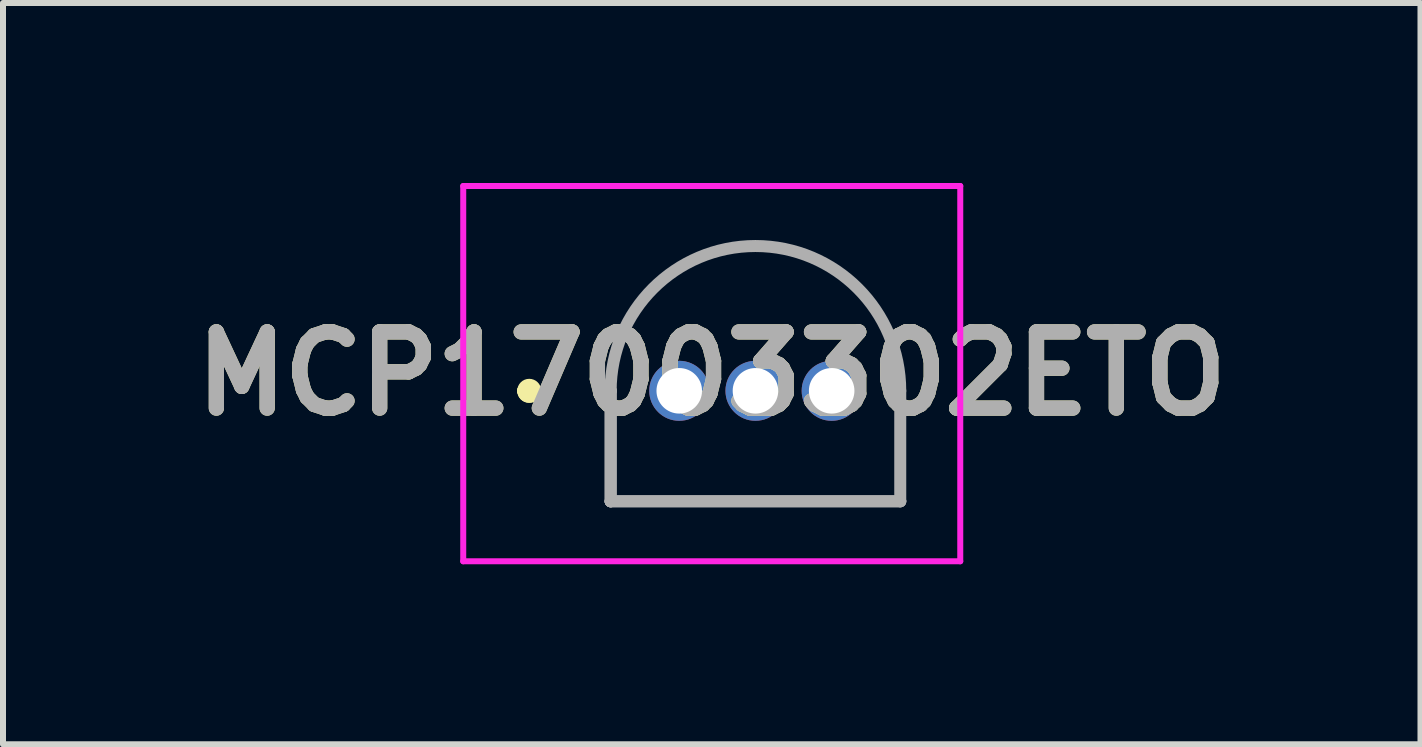
<source format=kicad_pcb>
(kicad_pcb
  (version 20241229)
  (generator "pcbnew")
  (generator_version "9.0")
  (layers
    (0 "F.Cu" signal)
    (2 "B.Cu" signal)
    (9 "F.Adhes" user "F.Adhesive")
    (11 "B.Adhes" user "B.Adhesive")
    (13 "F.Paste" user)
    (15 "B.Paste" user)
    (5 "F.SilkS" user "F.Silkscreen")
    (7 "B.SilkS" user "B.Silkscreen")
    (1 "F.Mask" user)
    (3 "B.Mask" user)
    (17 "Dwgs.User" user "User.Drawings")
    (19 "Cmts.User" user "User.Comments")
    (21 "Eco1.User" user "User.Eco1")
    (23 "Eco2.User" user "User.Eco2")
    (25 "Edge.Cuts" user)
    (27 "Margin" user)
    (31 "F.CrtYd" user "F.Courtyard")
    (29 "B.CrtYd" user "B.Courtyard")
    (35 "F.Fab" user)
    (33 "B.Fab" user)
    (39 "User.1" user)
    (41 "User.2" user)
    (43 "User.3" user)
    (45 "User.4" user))
  (footprint "MCP17003302ETO"
    (layer "F.Cu")
    (at 8.27 3.463)
    (property "Reference" "MCP17003302ETO" (at 0.541 -0.286 0) (layer "F.SilkS") (effects (font (size 1.27 1.27) (thickness 0.254))))
    (attr through_hole)
    (fp_line (start -2.6 0) (end -2.6 0) (stroke (width 0.2) (type solid)) (layer "F.SilkS"))
    (fp_line (start -2.6 0) (end -2.6 0) (stroke (width 0.2) (type solid)) (layer "F.SilkS"))
    (fp_line (start -2.4 0) (end -2.4 0) (stroke (width 0.2) (type solid)) (layer "F.SilkS"))
    (fp_line (start -1.143 0) (end -1.143 0) (stroke (width 0.1) (type solid)) (layer "F.SilkS"))
    (fp_line (start -1.143 0) (end -1.143 0) (stroke (width 0.1) (type solid)) (layer "F.SilkS"))
    (fp_line (start -1.143 0) (end -1.143 1.841) (stroke (width 0.1) (type solid)) (layer "F.SilkS"))
    (fp_line (start -1.143 1.841) (end -1.143 0) (stroke (width 0.1) (type solid)) (layer "F.SilkS"))
    (fp_line (start -1.143 1.841) (end -1.143 1.841) (stroke (width 0.1) (type solid)) (layer "F.SilkS"))
    (fp_line (start -1.143 1.841) (end -1.143 1.841) (stroke (width 0.1) (type solid)) (layer "F.SilkS"))
    (fp_line (start -1.143 1.841) (end 3.683 1.841) (stroke (width 0.1) (type solid)) (layer "F.SilkS"))
    (fp_line (start 3.683 0) (end 3.683 1.841) (stroke (width 0.1) (type solid)) (layer "F.SilkS"))
    (fp_line (start 3.683 1.841) (end -1.143 1.841) (stroke (width 0.1) (type solid)) (layer "F.SilkS"))
    (fp_line (start 3.683 1.841) (end 3.683 1.841) (stroke (width 0.1) (type solid)) (layer "F.SilkS"))
    (fp_arc (start -2.6 0) (mid -2.5 -0.1) (end -2.4 0) (stroke (width 0.2) (type solid)) (layer "F.SilkS"))
    (fp_arc (start -2.4 0) (mid -2.5 0.1) (end -2.6 0) (stroke (width 0.2) (type solid)) (layer "F.SilkS"))
    (fp_arc (start -2.4 0) (mid -2.5 0.1) (end -2.6 0) (stroke (width 0.2) (type solid)) (layer "F.SilkS"))
    (fp_arc (start -1.143 0) (mid 1.27 -2.413) (end 3.683 0) (stroke (width 0.1) (type solid)) (layer "F.SilkS"))
    (fp_line (start -3.6 -3.413) (end 4.683 -3.413) (stroke (width 0.1) (type solid)) (layer "F.CrtYd"))
    (fp_line (start -3.6 2.841) (end -3.6 -3.413) (stroke (width 0.1) (type solid)) (layer "F.CrtYd"))
    (fp_line (start 4.683 -3.413) (end 4.683 2.841) (stroke (width 0.1) (type solid)) (layer "F.CrtYd"))
    (fp_line (start 4.683 2.841) (end -3.6 2.841) (stroke (width 0.1) (type solid)) (layer "F.CrtYd"))
    (fp_line (start -1.143 0) (end -1.143 0) (stroke (width 0.2) (type solid)) (layer "F.Fab"))
    (fp_line (start -1.143 0) (end -1.143 0) (stroke (width 0.2) (type solid)) (layer "F.Fab"))
    (fp_line (start -1.143 0) (end -1.143 1.841) (stroke (width 0.2) (type solid)) (layer "F.Fab"))
    (fp_line (start -1.143 1.841) (end -1.143 0) (stroke (width 0.2) (type solid)) (layer "F.Fab"))
    (fp_line (start -1.143 1.841) (end -1.143 1.841) (stroke (width 0.2) (type solid)) (layer "F.Fab"))
    (fp_line (start -1.143 1.841) (end -1.143 1.841) (stroke (width 0.2) (type solid)) (layer "F.Fab"))
    (fp_line (start -1.143 1.841) (end 3.683 1.841) (stroke (width 0.2) (type solid)) (layer "F.Fab"))
    (fp_line (start 3.683 0) (end 3.683 1.841) (stroke (width 0.2) (type solid)) (layer "F.Fab"))
    (fp_line (start 3.683 1.841) (end -1.143 1.841) (stroke (width 0.2) (type solid)) (layer "F.Fab"))
    (fp_line (start 3.683 1.841) (end 3.683 1.841) (stroke (width 0.2) (type solid)) (layer "F.Fab"))
    (fp_arc (start -1.143 0) (mid 1.27 -2.413) (end 3.683 0) (stroke (width 0.2) (type solid)) (layer "F.Fab"))
    (fp_text user "${REFERENCE}" (at 0.541 -0.286 0) (layer "F.Fab") (effects (font (size 1.27 1.27) (thickness 0.254))))
    (pad "1" thru_hole circle (at 0 0) (size 1 1) (drill 0.759) (layers "*.Cu" "*.Mask"))
    (pad "2" thru_hole circle (at 1.27 0) (size 1 1) (drill 0.759) (layers "*.Cu" "*.Mask"))
    (pad "3" thru_hole circle (at 2.54 0) (size 1 1) (drill 0.759) (layers "*.Cu" "*.Mask")))
  (gr_rect
    (start -3 -3)
    (end 20.623 9.354)
    (stroke (width 0.1) (type default))
    (fill no)
    (layer "Edge.Cuts")))
</source>
